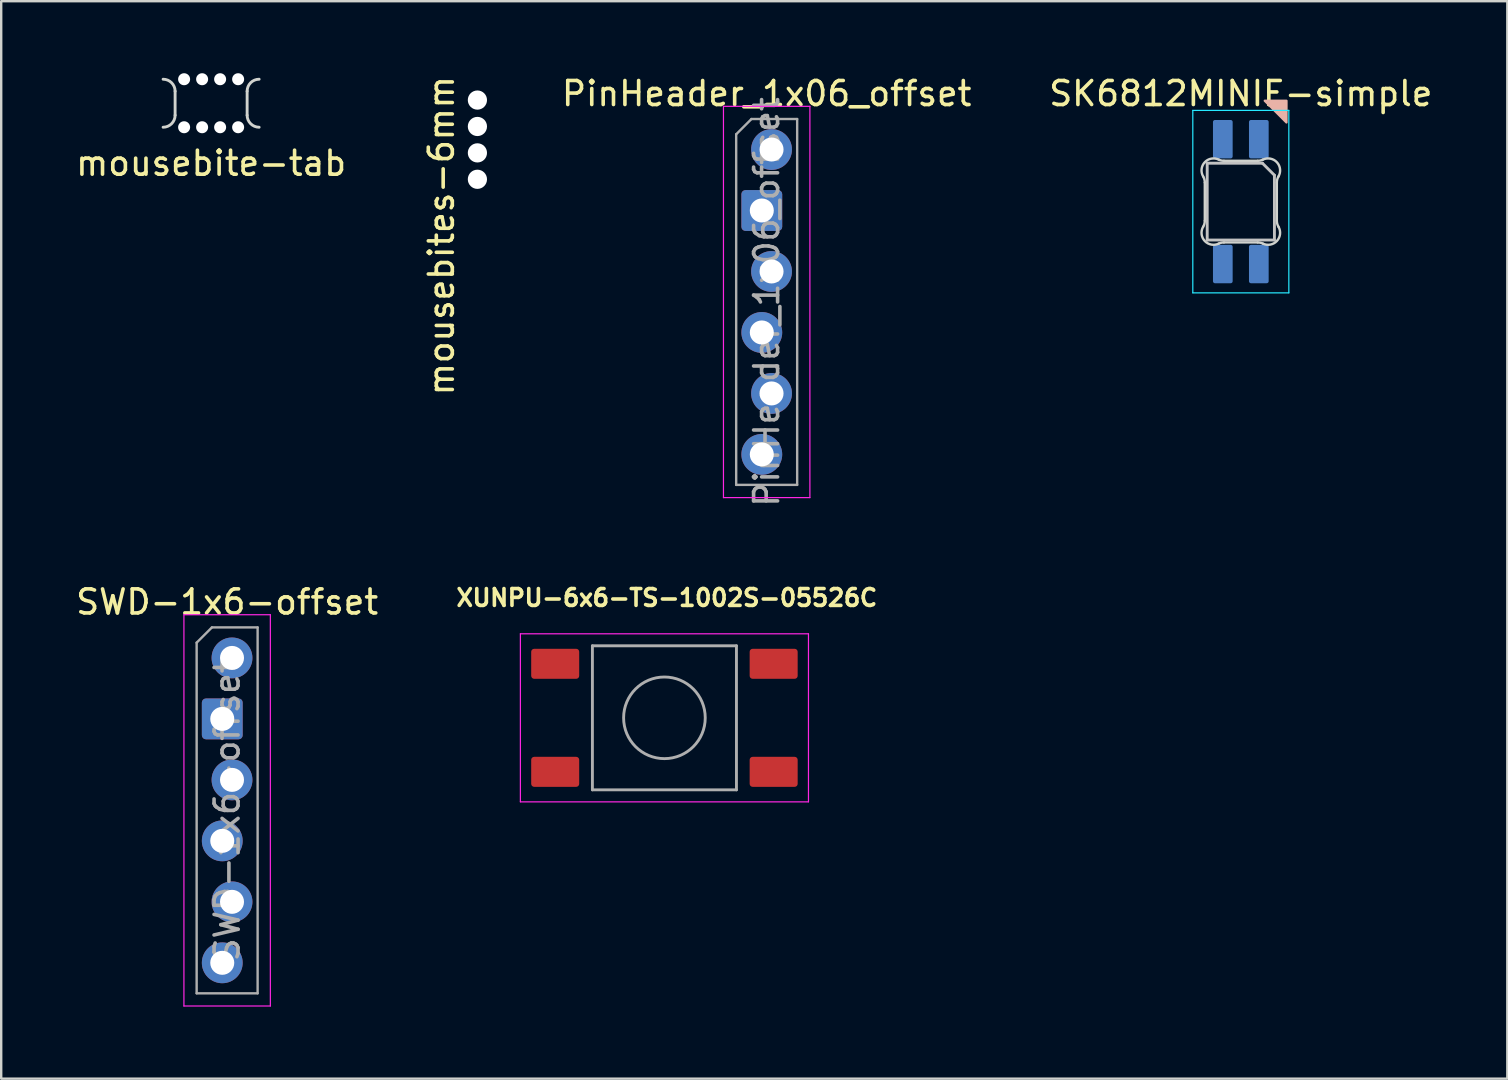
<source format=kicad_pcb>
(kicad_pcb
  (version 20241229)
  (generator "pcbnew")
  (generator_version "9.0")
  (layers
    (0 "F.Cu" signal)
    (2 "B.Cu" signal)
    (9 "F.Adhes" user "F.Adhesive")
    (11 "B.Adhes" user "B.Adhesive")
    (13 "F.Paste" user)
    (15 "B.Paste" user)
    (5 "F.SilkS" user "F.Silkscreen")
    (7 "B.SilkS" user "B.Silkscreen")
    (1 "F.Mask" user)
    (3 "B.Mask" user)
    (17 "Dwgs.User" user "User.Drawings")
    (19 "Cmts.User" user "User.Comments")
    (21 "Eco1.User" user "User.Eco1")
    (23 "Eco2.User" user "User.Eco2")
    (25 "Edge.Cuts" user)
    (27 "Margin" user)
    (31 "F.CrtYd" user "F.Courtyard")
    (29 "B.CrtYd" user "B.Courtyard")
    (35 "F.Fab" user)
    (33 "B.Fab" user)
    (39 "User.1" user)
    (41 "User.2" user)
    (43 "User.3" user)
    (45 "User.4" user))
  (footprint "mousebite-tab"
    (layer "F.Cu")
    (at 5.744 2.25)
    (property "Reference" "mousebite-tab" (at 0 1.5 180) (layer "F.SilkS") (effects (font (size 1 1) (thickness 0.15))))
    (attr through_hole)
    (fp_line (start -1.5 -0.5) (end -1.5 -1.5) (stroke (width 0.12) (type solid)) (layer "Edge.Cuts"))
    (fp_line (start 1.5 -0.5) (end 1.5 -1.5) (stroke (width 0.12) (type solid)) (layer "Edge.Cuts"))
    (fp_arc (start -2 -2) (mid -1.646447 -1.853553) (end -1.5 -1.5) (stroke (width 0.12) (type solid)) (layer "Edge.Cuts"))
    (fp_arc (start -1.5 -0.5) (mid -1.646447 -0.146447) (end -2 0) (stroke (width 0.12) (type solid)) (layer "Edge.Cuts"))
    (fp_arc (start 1.5 -1.5) (mid 1.646447 -1.853553) (end 2 -2) (stroke (width 0.12) (type solid)) (layer "Edge.Cuts"))
    (fp_arc (start 2 0) (mid 1.646447 -0.146447) (end 1.5 -0.5) (stroke (width 0.12) (type solid)) (layer "Edge.Cuts"))
    (pad "" np_thru_hole circle (at -1.125 -2 90) (size 0.5 0.5) (drill 0.5) (layers "*.Cu" "*.Mask"))
    (pad "" np_thru_hole circle (at -1.125 0 90) (size 0.5 0.5) (drill 0.5) (layers "*.Cu" "*.Mask"))
    (pad "" np_thru_hole circle (at -0.375 -2 90) (size 0.5 0.5) (drill 0.5) (layers "*.Cu" "*.Mask"))
    (pad "" np_thru_hole circle (at -0.375 0 90) (size 0.5 0.5) (drill 0.5) (layers "*.Cu" "*.Mask"))
    (pad "" np_thru_hole circle (at 0.375 -2 90) (size 0.5 0.5) (drill 0.5) (layers "*.Cu" "*.Mask"))
    (pad "" np_thru_hole circle (at 0.375 0 90) (size 0.5 0.5) (drill 0.5) (layers "*.Cu" "*.Mask"))
    (pad "" np_thru_hole circle (at 1.125 -2 90) (size 0.5 0.5) (drill 0.5) (layers "*.Cu" "*.Mask"))
    (pad "" np_thru_hole circle (at 1.125 0 90) (size 0.5 0.5) (drill 0.5) (layers "*.Cu" "*.Mask")))
  (footprint "XUNPU-6x6-TS-1002S-05526C"
    (layer "F.Cu")
    (at 24.626 26.85)
    (property "Reference" "XUNPU-6x6-TS-1002S-05526C" (at 0.1 -5 0) (layer "F.SilkS") (effects (font (size 0.7 0.7) (thickness 0.15))))
    (attr smd)
    (fp_line (start -6 -3.5) (end -6 3.5) (stroke (width 0.05) (type solid)) (layer "F.CrtYd"))
    (fp_line (start -6 3.5) (end 6 3.5) (stroke (width 0.05) (type solid)) (layer "F.CrtYd"))
    (fp_line (start 6 -3.5) (end -6 -3.5) (stroke (width 0.05) (type solid)) (layer "F.CrtYd"))
    (fp_line (start 6 3.5) (end 6 -3.5) (stroke (width 0.05) (type solid)) (layer "F.CrtYd"))
    (fp_line (start -3 -3) (end -3 3) (stroke (width 0.12) (type solid)) (layer "F.Fab"))
    (fp_line (start -3 3) (end 3 3) (stroke (width 0.12) (type solid)) (layer "F.Fab"))
    (fp_line (start 3 -3) (end -3 -3) (stroke (width 0.12) (type solid)) (layer "F.Fab"))
    (fp_line (start 3 3) (end 3 -3) (stroke (width 0.12) (type solid)) (layer "F.Fab"))
    (fp_circle (center 0 0) (end 1.7 0) (stroke (width 0.12) (type solid)) (fill no) (layer "F.Fab"))
    (pad "1" smd roundrect (at -4.55 -2.25) (size 2 1.25) (layers "F.Cu" "F.Mask" "F.Paste") (roundrect_rratio 0.1))
    (pad "1" smd roundrect (at 4.55 -2.25) (size 2 1.25) (layers "F.Cu" "F.Mask" "F.Paste") (roundrect_rratio 0.1))
    (pad "2" smd roundrect (at -4.55 2.25) (size 2 1.25) (layers "F.Cu" "F.Mask" "F.Paste") (roundrect_rratio 0.1))
    (pad "2" smd roundrect (at 4.55 2.25) (size 2 1.25) (layers "F.Cu" "F.Mask" "F.Paste") (roundrect_rratio 0.1)))
  (footprint "SK6812MINIE-simple"
    (layer "F.Cu")
    (at 48.635 5.348)
    (property "Reference" "SK6812MINIE-simple" (at 0 -4.5 180) (layer "F.SilkS") (effects (font (size 1 1) (thickness 0.15))))
    (attr smd)
    (fp_poly (pts (xy 1 -4.2) (xy 1.9 -3.3) (xy 1.9 -4.2)) (stroke (width 0.1) (type solid)) (fill yes) (layer "B.SilkS"))
    (fp_line (start -1.4 -1.6) (end -1.4 1.6) (stroke (width 0.12) (type solid)) (layer "Dwgs.User"))
    (fp_line (start -1.4 1.6) (end 1.4 1.6) (stroke (width 0.12) (type solid)) (layer "Dwgs.User"))
    (fp_line (start 0.9 -1.6) (end -1.4 -1.6) (stroke (width 0.12) (type solid)) (layer "Dwgs.User"))
    (fp_line (start 0.9 -1.6) (end 1.4 -1.1) (stroke (width 0.12) (type solid)) (layer "Dwgs.User"))
    (fp_line (start 1.4 1.6) (end 1.4 -1.1) (stroke (width 0.12) (type solid)) (layer "Dwgs.User"))
    (fp_line (start -1.5 0.794) (end -1.5 -0.794) (stroke (width 0.1) (type solid)) (layer "Edge.Cuts"))
    (fp_line (start -0.703 -1.7) (end 0.703 -1.7) (stroke (width 0.1) (type solid)) (layer "Edge.Cuts"))
    (fp_line (start 0.703 1.7) (end -0.703 1.7) (stroke (width 0.1) (type solid)) (layer "Edge.Cuts"))
    (fp_line (start 1.5 -0.794) (end 1.5 0.794) (stroke (width 0.1) (type solid)) (layer "Edge.Cuts"))
    (fp_arc (start -1.568298 -1.046711) (mid -1.517376 -0.925123) (end -1.499999 -0.794453) (stroke (width 0.1) (type solid)) (layer "Edge.Cuts"))
    (fp_arc (start -1.568298 -1.046711) (mid -1.504034 -1.638071) (end -0.91972 -1.749484) (stroke (width 0.1) (type solid)) (layer "Edge.Cuts"))
    (fp_arc (start -1.5 0.794453) (mid -1.517377 0.925123) (end -1.568299 1.046711) (stroke (width 0.1) (type solid)) (layer "Edge.Cuts"))
    (fp_arc (start -0.91972 1.749484) (mid -1.504035 1.638071) (end -1.568299 1.046711) (stroke (width 0.1) (type solid)) (layer "Edge.Cuts"))
    (fp_arc (start -0.91972 1.749484) (mid -0.814068 1.712527) (end -0.702842 1.699999) (stroke (width 0.1) (type solid)) (layer "Edge.Cuts"))
    (fp_arc (start -0.702843 -1.699999) (mid -0.814068 -1.712527) (end -0.91972 -1.749484) (stroke (width 0.1) (type solid)) (layer "Edge.Cuts"))
    (fp_arc (start 0.702843 1.699999) (mid 0.814068 1.712527) (end 0.91972 1.749484) (stroke (width 0.1) (type solid)) (layer "Edge.Cuts"))
    (fp_arc (start 0.919719 -1.749484) (mid 1.504035 -1.638072) (end 1.568299 -1.046711) (stroke (width 0.1) (type solid)) (layer "Edge.Cuts"))
    (fp_arc (start 0.91972 -1.749484) (mid 0.814068 -1.712527) (end 0.702842 -1.699999) (stroke (width 0.1) (type solid)) (layer "Edge.Cuts"))
    (fp_arc (start 1.5 -0.794452) (mid 1.517377 -0.925123) (end 1.568299 -1.046711) (stroke (width 0.1) (type solid)) (layer "Edge.Cuts"))
    (fp_arc (start 1.568297 1.046711) (mid 1.504034 1.63807) (end 0.91972 1.749484) (stroke (width 0.1) (type solid)) (layer "Edge.Cuts"))
    (fp_arc (start 1.568299 1.04671) (mid 1.517377 0.925122) (end 1.5 0.794452) (stroke (width 0.1) (type solid)) (layer "Edge.Cuts"))
    (fp_line (start -2 -3.8) (end -2 3.8) (stroke (width 0.05) (type solid)) (layer "B.CrtYd"))
    (fp_line (start -2 3.8) (end 2 3.8) (stroke (width 0.05) (type solid)) (layer "B.CrtYd"))
    (fp_line (start 2 -3.8) (end -2 -3.8) (stroke (width 0.05) (type solid)) (layer "B.CrtYd"))
    (fp_line (start 2 3.8) (end 2 -3.8) (stroke (width 0.05) (type solid)) (layer "B.CrtYd"))
    (pad "1" smd roundrect (at -0.75 2.6) (size 0.82 1.6) (layers "B.Cu" "B.Mask" "B.Paste") (roundrect_rratio 0.1))
    (pad "2" smd roundrect (at 0.75 2.6) (size 0.82 1.6) (layers "B.Cu" "B.Mask" "B.Paste") (roundrect_rratio 0.1))
    (pad "3" smd roundrect (at 0.75 -2.6) (size 0.82 1.6) (layers "B.Cu" "B.Mask" "B.Paste") (roundrect_rratio 0.1))
    (pad "4" smd roundrect (at -0.75 -2.6) (size 0.82 1.6) (layers "B.Cu" "B.Mask" "B.Paste") (roundrect_rratio 0.1)))
  (footprint "PinHeader_1x06_offset"
    (layer "F.Cu")
    (at 28.885 9.528)
    (property "Reference" "PinHeader_1x06_offset" (at 0 -8.68 0) (layer "F.SilkS") (effects (font (size 1 1) (thickness 0.15))))
    (attr through_hole)
    (fp_line (start -1.8 -8.15) (end -1.8 8.15) (stroke (width 0.05) (type solid)) (layer "F.CrtYd"))
    (fp_line (start -1.8 8.15) (end 1.8 8.15) (stroke (width 0.05) (type solid)) (layer "F.CrtYd"))
    (fp_line (start 1.8 -8.15) (end -1.8 -8.15) (stroke (width 0.05) (type solid)) (layer "F.CrtYd"))
    (fp_line (start 1.8 8.15) (end 1.8 -8.15) (stroke (width 0.05) (type solid)) (layer "F.CrtYd"))
    (fp_line (start -1.27 -6.985) (end -0.635 -7.62) (stroke (width 0.1) (type solid)) (layer "F.Fab"))
    (fp_line (start -1.27 7.62) (end -1.27 -6.985) (stroke (width 0.1) (type solid)) (layer "F.Fab"))
    (fp_line (start -0.635 -7.62) (end 1.27 -7.62) (stroke (width 0.1) (type solid)) (layer "F.Fab"))
    (fp_line (start 1.27 -7.62) (end 1.27 7.62) (stroke (width 0.1) (type solid)) (layer "F.Fab"))
    (fp_line (start 1.27 7.62) (end -1.27 7.62) (stroke (width 0.1) (type solid)) (layer "F.Fab"))
    (fp_text user "${REFERENCE}" (at 0 0 90) (layer "F.Fab") (effects (font (size 1 1) (thickness 0.15))))
    (pad "1" thru_hole circle (at 0.203 -6.35) (size 1.7 1.7) (drill 1) (layers "*.Cu" "B.Mask"))
    (pad "2" thru_hole roundrect (at -0.203 -3.81) (size 1.7 1.7) (drill 1) (layers "*.Cu" "B.Mask") (roundrect_rratio 0.1))
    (pad "3" thru_hole oval (at 0.203 -1.27) (size 1.7 1.7) (drill 1) (layers "*.Cu" "B.Mask"))
    (pad "4" thru_hole oval (at -0.203 1.27) (size 1.7 1.7) (drill 1) (layers "*.Cu" "B.Mask"))
    (pad "5" thru_hole oval (at 0.203 3.81) (size 1.7 1.7) (drill 1) (layers "*.Cu" "B.Mask"))
    (pad "6" thru_hole oval (at -0.203 6.35) (size 1.7 1.7) (drill 1) (layers "*.Cu" "B.Mask")))
  (footprint "SWD-1x6-offset"
    (layer "F.Cu")
    (at 6.411 30.705)
    (property "Reference" "SWD-1x6-offset" (at 0 -8.68 0) (layer "F.SilkS") (effects (font (size 1 1) (thickness 0.15))))
    (attr through_hole)
    (fp_line (start -1.8 -8.15) (end -1.8 8.15) (stroke (width 0.05) (type solid)) (layer "F.CrtYd"))
    (fp_line (start -1.8 8.15) (end 1.8 8.15) (stroke (width 0.05) (type solid)) (layer "F.CrtYd"))
    (fp_line (start 1.8 -8.15) (end -1.8 -8.15) (stroke (width 0.05) (type solid)) (layer "F.CrtYd"))
    (fp_line (start 1.8 8.15) (end 1.8 -8.15) (stroke (width 0.05) (type solid)) (layer "F.CrtYd"))
    (fp_line (start -1.27 -6.985) (end -0.635 -7.62) (stroke (width 0.1) (type solid)) (layer "F.Fab"))
    (fp_line (start -1.27 7.62) (end -1.27 -6.985) (stroke (width 0.1) (type solid)) (layer "F.Fab"))
    (fp_line (start -0.635 -7.62) (end 1.27 -7.62) (stroke (width 0.1) (type solid)) (layer "F.Fab"))
    (fp_line (start 1.27 -7.62) (end 1.27 7.62) (stroke (width 0.1) (type solid)) (layer "F.Fab"))
    (fp_line (start 1.27 7.62) (end -1.27 7.62) (stroke (width 0.1) (type solid)) (layer "F.Fab"))
    (fp_text user "${REFERENCE}" (at 0 0 90) (layer "F.Fab") (effects (font (size 1 1) (thickness 0.15))))
    (pad "1" thru_hole circle (at 0.203 -6.35) (size 1.7 1.7) (drill 1) (layers "*.Cu" "F.Mask"))
    (pad "2" thru_hole roundrect (at -0.203 -3.81) (size 1.7 1.7) (drill 1) (layers "*.Cu" "F.Mask") (roundrect_rratio 0.1))
    (pad "3" thru_hole oval (at 0.203 -1.27) (size 1.7 1.7) (drill 1) (layers "*.Cu" "F.Mask"))
    (pad "4" thru_hole oval (at -0.203 1.27) (size 1.7 1.7) (drill 1) (layers "*.Cu" "F.Mask"))
    (pad "5" thru_hole oval (at 0.203 3.81) (size 1.7 1.7) (drill 1) (layers "*.Cu" "F.Mask"))
    (pad "6" thru_hole oval (at -0.203 6.35) (size 1.7 1.7) (drill 1) (layers "*.Cu" "F.Mask")))
  (footprint "mousebites-6mm"
    (layer "F.Cu")
    (at 16.836 2.768)
    (property "Reference" "mousebites-6mm" (at -1.5 4 90) (layer "F.SilkS") (effects (font (size 1 1) (thickness 0.15))))
    (attr through_hole)
    (pad "" np_thru_hole circle (at 0 -1.65) (size 0.8 0.8) (drill 0.8) (layers "*.Cu" "*.Mask"))
    (pad "" np_thru_hole circle (at 0 -0.55) (size 0.8 0.8) (drill 0.8) (layers "*.Cu" "*.Mask"))
    (pad "" np_thru_hole circle (at 0 0.55) (size 0.8 0.8) (drill 0.8) (layers "*.Cu" "*.Mask"))
    (pad "" np_thru_hole circle (at 0 1.65) (size 0.8 0.8) (drill 0.8) (layers "*.Cu" "*.Mask")))
  (gr_rect
    (start -3 -3)
    (end 59.736 41.88)
    (stroke (width 0.1) (type default))
    (fill no)
    (layer "Edge.Cuts")))
</source>
